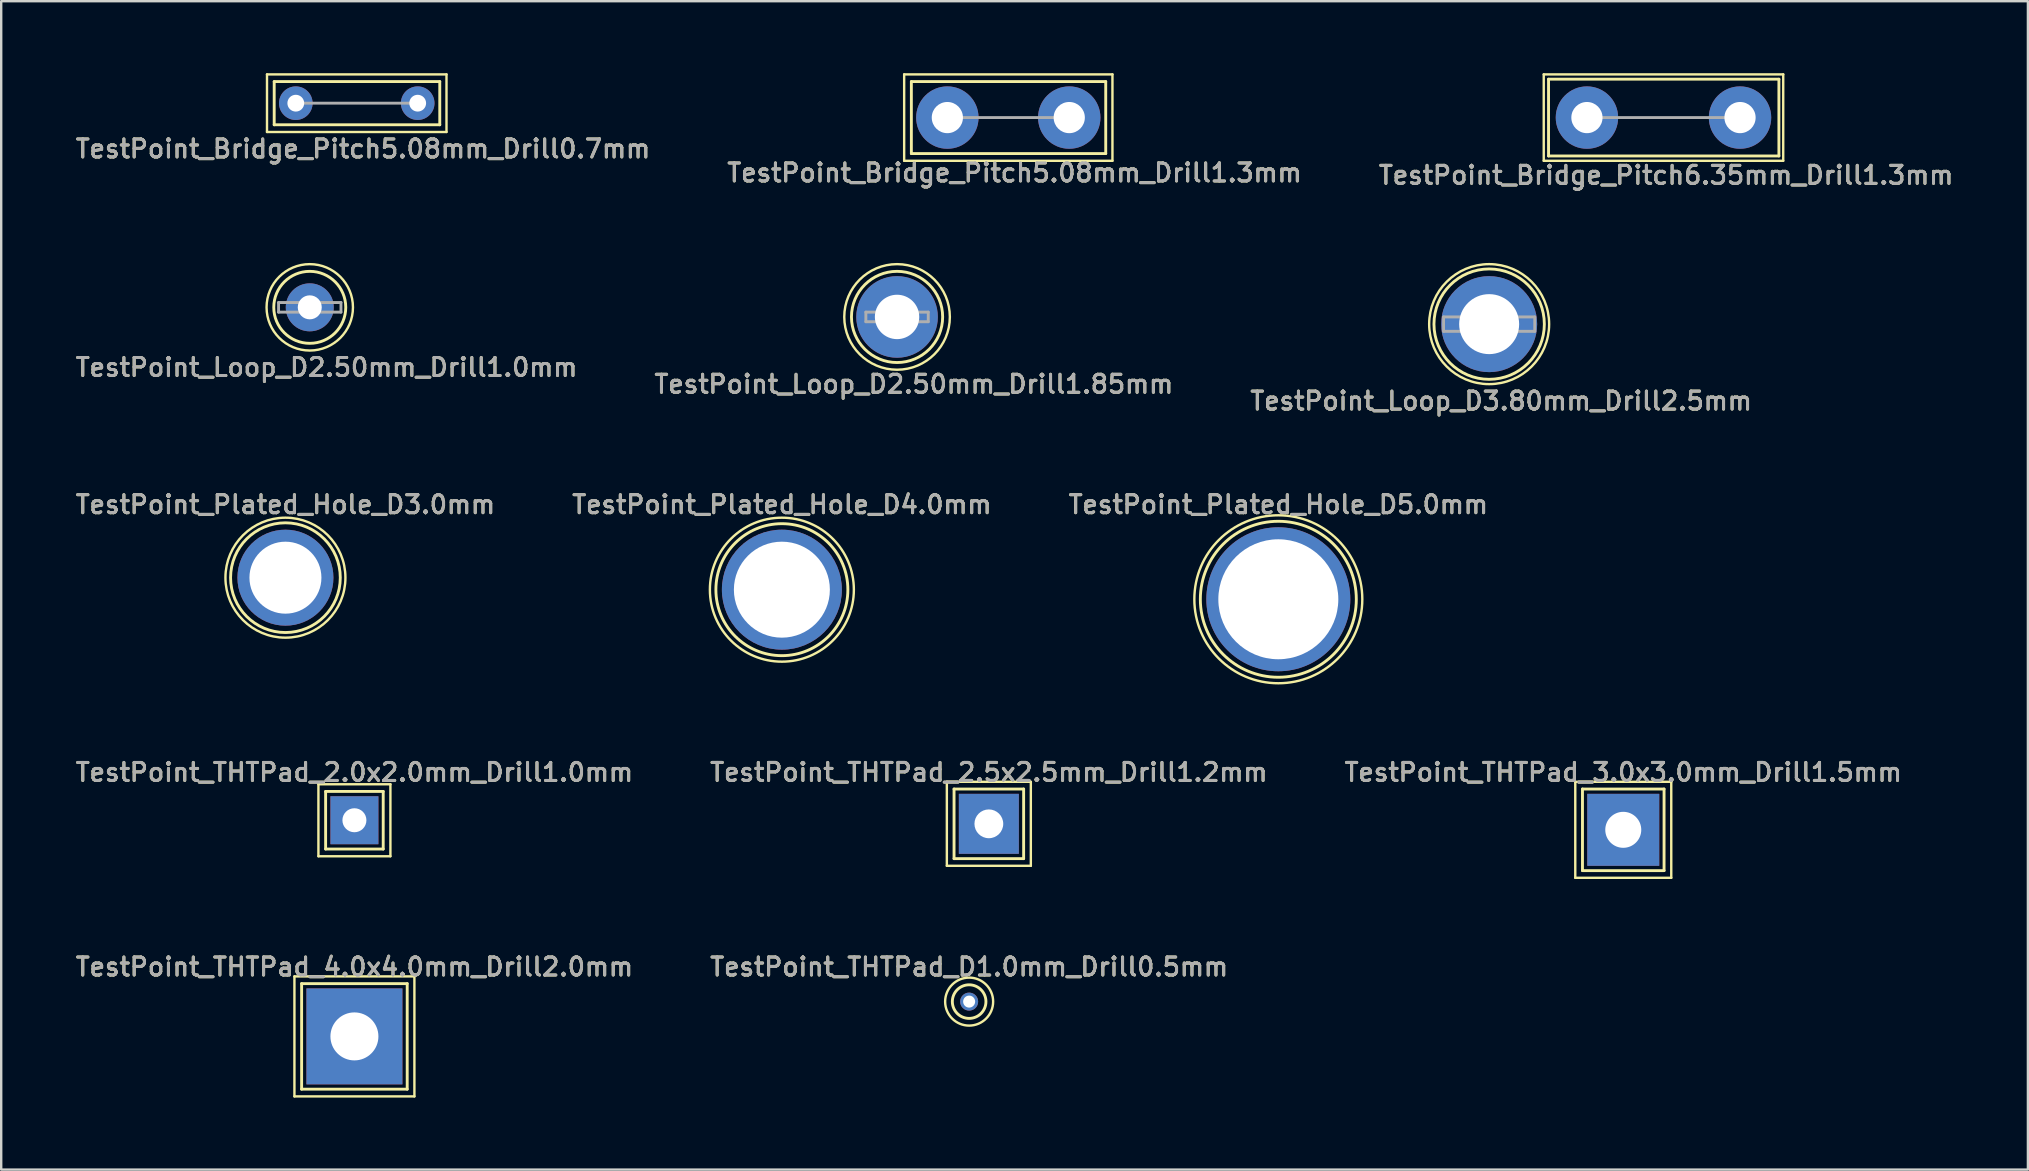
<source format=kicad_pcb>
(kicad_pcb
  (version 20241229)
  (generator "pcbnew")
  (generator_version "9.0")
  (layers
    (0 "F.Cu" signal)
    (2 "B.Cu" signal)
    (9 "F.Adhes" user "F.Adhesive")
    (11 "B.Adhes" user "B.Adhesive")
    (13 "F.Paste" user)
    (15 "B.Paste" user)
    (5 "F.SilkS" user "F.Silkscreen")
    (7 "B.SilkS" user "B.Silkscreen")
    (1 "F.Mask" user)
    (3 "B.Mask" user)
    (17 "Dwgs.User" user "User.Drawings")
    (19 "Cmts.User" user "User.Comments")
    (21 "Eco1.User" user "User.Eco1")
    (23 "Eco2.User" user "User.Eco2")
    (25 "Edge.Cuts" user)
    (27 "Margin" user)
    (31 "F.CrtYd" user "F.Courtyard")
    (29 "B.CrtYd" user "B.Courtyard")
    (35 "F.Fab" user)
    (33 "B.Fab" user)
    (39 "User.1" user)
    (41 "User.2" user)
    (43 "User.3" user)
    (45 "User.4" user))
  (footprint "TestPoint_THTPad_4.0x4.0mm_Drill2.0mm"
    (layer "F.Cu")
    (at 11.72 40.141)
    (property "Reference" "TestPoint_THTPad_4.0x4.0mm_Drill2.0mm" (at 0 -2.898 0) (layer "F.SilkS") (effects (font (size 0.75 0.75) (thickness 0.125))))
    (attr exclude_from_pos_files exclude_from_bom)
    (fp_line (start -2.5 -2.5) (end -2.5 2.5) (stroke (width 0.1) (type solid)) (layer "F.SilkS"))
    (fp_line (start -2.5 -2.5) (end 2.5 -2.5) (stroke (width 0.1) (type solid)) (layer "F.SilkS"))
    (fp_line (start -2.2 -2.2) (end 2.2 -2.2) (stroke (width 0.12) (type solid)) (layer "F.SilkS"))
    (fp_line (start -2.2 2.2) (end -2.2 -2.2) (stroke (width 0.12) (type solid)) (layer "F.SilkS"))
    (fp_line (start 2.2 -2.2) (end 2.2 2.2) (stroke (width 0.12) (type solid)) (layer "F.SilkS"))
    (fp_line (start 2.2 2.2) (end -2.2 2.2) (stroke (width 0.12) (type solid)) (layer "F.SilkS"))
    (fp_line (start 2.5 2.5) (end -2.5 2.5) (stroke (width 0.1) (type solid)) (layer "F.SilkS"))
    (fp_line (start 2.5 2.5) (end 2.5 -2.5) (stroke (width 0.1) (type solid)) (layer "F.SilkS"))
    (fp_text user "${REFERENCE}" (at 0 -2.9 0) (layer "F.Fab") (effects (font (size 0.75 0.75) (thickness 0.125))))
    (pad "1" thru_hole rect (at 0 0) (size 4 4) (drill 2) (layers "*.Cu" "*.Mask")))
  (footprint "TestPoint_Bridge_Pitch5.08mm_Drill1.3mm"
    (layer "F.Cu")
    (at 36.43 1.85)
    (property "Reference" "TestPoint_Bridge_Pitch5.08mm_Drill1.3mm" (at 2.8 2.3 0) (layer "F.SilkS") (effects (font (size 0.75 0.75) (thickness 0.125))))
    (attr through_hole)
    (fp_line (start -1.8 -1.8) (end -1.8 1.8) (stroke (width 0.1) (type solid)) (layer "F.SilkS"))
    (fp_line (start -1.8 -1.8) (end 6.88 -1.8) (stroke (width 0.1) (type solid)) (layer "F.SilkS"))
    (fp_line (start -1.5 -1.5) (end -1.5 1.5) (stroke (width 0.12) (type solid)) (layer "F.SilkS"))
    (fp_line (start -1.5 -1.5) (end 6.6 -1.5) (stroke (width 0.12) (type solid)) (layer "F.SilkS"))
    (fp_line (start 6.6 1.5) (end -1.5 1.5) (stroke (width 0.12) (type solid)) (layer "F.SilkS"))
    (fp_line (start 6.6 1.5) (end 6.6 -1.5) (stroke (width 0.12) (type solid)) (layer "F.SilkS"))
    (fp_line (start 6.88 1.8) (end -1.8 1.8) (stroke (width 0.1) (type solid)) (layer "F.SilkS"))
    (fp_line (start 6.88 1.8) (end 6.88 -1.8) (stroke (width 0.1) (type solid)) (layer "F.SilkS"))
    (fp_line (start 5.08 0) (end 0 0) (stroke (width 0.12) (type solid)) (layer "F.Fab"))
    (fp_text user "${REFERENCE}" (at 2.8 2.3 0) (layer "F.Fab") (effects (font (size 0.75 0.75) (thickness 0.125))))
    (pad "1" thru_hole circle (at 0 0) (size 2.6 2.6) (drill 1.3) (layers "*.Cu" "*.Mask"))
    (pad "1" thru_hole circle (at 5.08 0) (size 2.6 2.6) (drill 1.3) (layers "*.Cu" "*.Mask")))
  (footprint "TestPoint_THTPad_2.0x2.0mm_Drill1.0mm"
    (layer "F.Cu")
    (at 11.72 31.133)
    (property "Reference" "TestPoint_THTPad_2.0x2.0mm_Drill1.0mm" (at 0 -1.998 0) (layer "F.SilkS") (effects (font (size 0.75 0.75) (thickness 0.125))))
    (attr exclude_from_pos_files exclude_from_bom)
    (fp_line (start -1.5 -1.5) (end -1.5 1.5) (stroke (width 0.1) (type solid)) (layer "F.SilkS"))
    (fp_line (start -1.5 -1.5) (end 1.5 -1.5) (stroke (width 0.1) (type solid)) (layer "F.SilkS"))
    (fp_line (start -1.2 -1.2) (end 1.2 -1.2) (stroke (width 0.12) (type solid)) (layer "F.SilkS"))
    (fp_line (start -1.2 1.2) (end -1.2 -1.2) (stroke (width 0.12) (type solid)) (layer "F.SilkS"))
    (fp_line (start 1.2 -1.2) (end 1.2 1.2) (stroke (width 0.12) (type solid)) (layer "F.SilkS"))
    (fp_line (start 1.2 1.2) (end -1.2 1.2) (stroke (width 0.12) (type solid)) (layer "F.SilkS"))
    (fp_line (start 1.5 1.5) (end -1.5 1.5) (stroke (width 0.1) (type solid)) (layer "F.SilkS"))
    (fp_line (start 1.5 1.5) (end 1.5 -1.5) (stroke (width 0.1) (type solid)) (layer "F.SilkS"))
    (fp_text user "${REFERENCE}" (at 0 -2 0) (layer "F.Fab") (effects (font (size 0.75 0.75) (thickness 0.125))))
    (pad "1" thru_hole rect (at 0 0) (size 2 2) (drill 1) (layers "*.Cu" "*.Mask")))
  (footprint "TestPoint_THTPad_D1.0mm_Drill0.5mm"
    (layer "F.Cu")
    (at 37.338 38.691)
    (property "Reference" "TestPoint_THTPad_D1.0mm_Drill0.5mm" (at 0 -1.448 0) (layer "F.SilkS") (effects (font (size 0.75 0.75) (thickness 0.125))))
    (attr exclude_from_pos_files exclude_from_bom)
    (fp_circle (center 0 0) (end 0 0.7) (stroke (width 0.12) (type solid)) (fill no) (layer "F.SilkS"))
    (fp_circle (center 0 0) (end 1 0) (stroke (width 0.1) (type solid)) (fill no) (layer "F.SilkS"))
    (fp_text user "${REFERENCE}" (at 0 -1.45 0) (layer "F.Fab") (effects (font (size 0.75 0.75) (thickness 0.125))))
    (pad "1" thru_hole circle (at 0 0) (size 0.75 0.75) (drill 0.5) (layers "*.Cu" "*.Mask")))
  (footprint "TestPoint_Bridge_Pitch5.08mm_Drill0.7mm"
    (layer "F.Cu")
    (at 9.277 1.25)
    (property "Reference" "TestPoint_Bridge_Pitch5.08mm_Drill0.7mm" (at 2.8 1.9 0) (layer "F.SilkS") (effects (font (size 0.75 0.75) (thickness 0.125))))
    (attr through_hole)
    (fp_line (start -1.2 -1.2) (end -1.2 1.2) (stroke (width 0.1) (type solid)) (layer "F.SilkS"))
    (fp_line (start -1.2 -1.2) (end 6.28 -1.2) (stroke (width 0.1) (type solid)) (layer "F.SilkS"))
    (fp_line (start -0.9 -0.9) (end 6 -0.9) (stroke (width 0.12) (type solid)) (layer "F.SilkS"))
    (fp_line (start -0.9 0.9) (end -0.9 -0.9) (stroke (width 0.12) (type solid)) (layer "F.SilkS"))
    (fp_line (start 6 -0.9) (end 6 0.9) (stroke (width 0.12) (type solid)) (layer "F.SilkS"))
    (fp_line (start 6 0.9) (end -0.9 0.9) (stroke (width 0.12) (type solid)) (layer "F.SilkS"))
    (fp_line (start 6.28 1.2) (end -1.2 1.2) (stroke (width 0.1) (type solid)) (layer "F.SilkS"))
    (fp_line (start 6.28 1.2) (end 6.28 -1.2) (stroke (width 0.1) (type solid)) (layer "F.SilkS"))
    (fp_line (start 5.08 0) (end 0 0) (stroke (width 0.12) (type solid)) (layer "F.Fab"))
    (fp_text user "${REFERENCE}" (at 2.8 1.9 0) (layer "F.Fab") (effects (font (size 0.75 0.75) (thickness 0.125))))
    (pad "1" thru_hole circle (at 0 0) (size 1.4 1.4) (drill 0.7) (layers "*.Cu" "*.Mask"))
    (pad "1" thru_hole circle (at 5.08 0) (size 1.4 1.4) (drill 0.7) (layers "*.Cu" "*.Mask")))
  (footprint "TestPoint_Plated_Hole_D3.0mm"
    (layer "F.Cu")
    (at 8.845 21.024)
    (property "Reference" "TestPoint_Plated_Hole_D3.0mm" (at 0 -3.048 0) (layer "F.SilkS") (effects (font (size 0.75 0.75) (thickness 0.125))))
    (attr exclude_from_pos_files exclude_from_bom)
    (fp_circle (center 0 0) (end 0 -2.286) (stroke (width 0.12) (type solid)) (fill no) (layer "F.SilkS"))
    (fp_circle (center 0 0) (end 2.5 0) (stroke (width 0.1) (type solid)) (fill no) (layer "F.SilkS"))
    (fp_text user "${REFERENCE}" (at 0 -3.05 0) (layer "F.Fab") (effects (font (size 0.75 0.75) (thickness 0.125))))
    (pad "1" thru_hole circle (at 0 0) (size 4 4) (drill 3) (layers "*.Cu" "*.Mask")))
  (footprint "TestPoint_THTPad_2.5x2.5mm_Drill1.2mm"
    (layer "F.Cu")
    (at 38.159 31.282)
    (property "Reference" "TestPoint_THTPad_2.5x2.5mm_Drill1.2mm" (at 0 -2.148 0) (layer "F.SilkS") (effects (font (size 0.75 0.75) (thickness 0.125))))
    (attr exclude_from_pos_files exclude_from_bom)
    (fp_line (start -1.75 -1.75) (end -1.75 1.75) (stroke (width 0.1) (type solid)) (layer "F.SilkS"))
    (fp_line (start -1.75 -1.75) (end 1.75 -1.75) (stroke (width 0.1) (type solid)) (layer "F.SilkS"))
    (fp_line (start -1.45 -1.45) (end 1.45 -1.45) (stroke (width 0.12) (type solid)) (layer "F.SilkS"))
    (fp_line (start -1.45 1.45) (end -1.45 -1.45) (stroke (width 0.12) (type solid)) (layer "F.SilkS"))
    (fp_line (start 1.45 -1.45) (end 1.45 1.45) (stroke (width 0.12) (type solid)) (layer "F.SilkS"))
    (fp_line (start 1.45 1.45) (end -1.45 1.45) (stroke (width 0.12) (type solid)) (layer "F.SilkS"))
    (fp_line (start 1.75 1.75) (end -1.75 1.75) (stroke (width 0.1) (type solid)) (layer "F.SilkS"))
    (fp_line (start 1.75 1.75) (end 1.75 -1.75) (stroke (width 0.1) (type solid)) (layer "F.SilkS"))
    (fp_text user "${REFERENCE}" (at 0 -2.15 0) (layer "F.Fab") (effects (font (size 0.75 0.75) (thickness 0.125))))
    (pad "1" thru_hole rect (at 0 0) (size 2.5 2.5) (drill 1.2) (layers "*.Cu" "*.Mask")))
  (footprint "TestPoint_Loop_D2.50mm_Drill1.0mm"
    (layer "F.Cu")
    (at 9.859 9.758)
    (property "Reference" "TestPoint_Loop_D2.50mm_Drill1.0mm" (at 0.7 2.5 0) (layer "F.SilkS") (effects (font (size 0.75 0.75) (thickness 0.125))))
    (attr through_hole)
    (fp_circle (center 0 0) (end 1.5 0) (stroke (width 0.12) (type solid)) (fill no) (layer "F.SilkS"))
    (fp_circle (center 0 0) (end 1.8 0) (stroke (width 0.1) (type solid)) (fill no) (layer "F.SilkS"))
    (fp_line (start -1.3 -0.2) (end -1.3 0.2) (stroke (width 0.12) (type solid)) (layer "F.Fab"))
    (fp_line (start -1.3 0.2) (end 1.3 0.2) (stroke (width 0.12) (type solid)) (layer "F.Fab"))
    (fp_line (start 1.3 -0.2) (end -1.3 -0.2) (stroke (width 0.12) (type solid)) (layer "F.Fab"))
    (fp_line (start 1.3 0.2) (end 1.3 -0.2) (stroke (width 0.12) (type solid)) (layer "F.Fab"))
    (fp_text user "${REFERENCE}" (at 0.7 2.5 0) (layer "F.Fab") (effects (font (size 0.75 0.75) (thickness 0.125))))
    (pad "1" thru_hole circle (at 0 0) (size 2 2) (drill 1) (layers "*.Cu" "*.Mask")))
  (footprint "TestPoint_THTPad_3.0x3.0mm_Drill1.5mm"
    (layer "F.Cu")
    (at 64.598 31.532)
    (property "Reference" "TestPoint_THTPad_3.0x3.0mm_Drill1.5mm" (at 0 -2.398 0) (layer "F.SilkS") (effects (font (size 0.75 0.75) (thickness 0.125))))
    (attr exclude_from_pos_files exclude_from_bom)
    (fp_line (start -2 -2) (end -2 2) (stroke (width 0.1) (type solid)) (layer "F.SilkS"))
    (fp_line (start -2 -2) (end 2 -2) (stroke (width 0.1) (type solid)) (layer "F.SilkS"))
    (fp_line (start -1.7 -1.7) (end 1.7 -1.7) (stroke (width 0.12) (type solid)) (layer "F.SilkS"))
    (fp_line (start -1.7 1.7) (end -1.7 -1.7) (stroke (width 0.12) (type solid)) (layer "F.SilkS"))
    (fp_line (start 1.7 -1.7) (end 1.7 1.7) (stroke (width 0.12) (type solid)) (layer "F.SilkS"))
    (fp_line (start 1.7 1.7) (end -1.7 1.7) (stroke (width 0.12) (type solid)) (layer "F.SilkS"))
    (fp_line (start 2 2) (end -2 2) (stroke (width 0.1) (type solid)) (layer "F.SilkS"))
    (fp_line (start 2 2) (end 2 -2) (stroke (width 0.1) (type solid)) (layer "F.SilkS"))
    (fp_text user "${REFERENCE}" (at 0 -2.4 0) (layer "F.Fab") (effects (font (size 0.75 0.75) (thickness 0.125))))
    (pad "1" thru_hole rect (at 0 0) (size 3 3) (drill 1.5) (layers "*.Cu" "*.Mask")))
  (footprint "TestPoint_Plated_Hole_D5.0mm"
    (layer "F.Cu")
    (at 50.223 21.924)
    (property "Reference" "TestPoint_Plated_Hole_D5.0mm" (at 0 -3.948 0) (layer "F.SilkS") (effects (font (size 0.75 0.75) (thickness 0.125))))
    (attr exclude_from_pos_files exclude_from_bom)
    (fp_circle (center 0 0) (end 0 3.25) (stroke (width 0.12) (type solid)) (fill no) (layer "F.SilkS"))
    (fp_circle (center 0 0) (end 3.5 0) (stroke (width 0.1) (type solid)) (fill no) (layer "F.SilkS"))
    (fp_text user "${REFERENCE}" (at 0 -3.95 0) (layer "F.Fab") (effects (font (size 0.75 0.75) (thickness 0.125))))
    (pad "1" thru_hole circle (at 0 0) (size 6 6) (drill 5) (layers "*.Cu" "*.Mask")))
  (footprint "TestPoint_Loop_D3.80mm_Drill2.5mm"
    (layer "F.Cu")
    (at 59.009 10.458)
    (property "Reference" "TestPoint_Loop_D3.80mm_Drill2.5mm" (at 0.5 3.2 0) (layer "F.SilkS") (effects (font (size 0.75 0.75) (thickness 0.125))))
    (attr through_hole)
    (fp_circle (center 0 0) (end 2.3 0) (stroke (width 0.12) (type solid)) (fill no) (layer "F.SilkS"))
    (fp_circle (center 0 0) (end 2.5 0) (stroke (width 0.1) (type solid)) (fill no) (layer "F.SilkS"))
    (fp_line (start -1.9 -0.3) (end -1.9 0.3) (stroke (width 0.12) (type solid)) (layer "F.Fab"))
    (fp_line (start -1.9 0.3) (end 1.9 0.3) (stroke (width 0.12) (type solid)) (layer "F.Fab"))
    (fp_line (start 1.9 -0.3) (end -1.9 -0.3) (stroke (width 0.12) (type solid)) (layer "F.Fab"))
    (fp_line (start 1.9 0.3) (end 1.9 -0.3) (stroke (width 0.12) (type solid)) (layer "F.Fab"))
    (fp_text user "${REFERENCE}" (at 0.5 3.2 0) (layer "F.Fab") (effects (font (size 0.75 0.75) (thickness 0.125))))
    (pad "1" thru_hole circle (at 0 0) (size 4 4) (drill 2.5) (layers "*.Cu" "*.Mask")))
  (footprint "TestPoint_Bridge_Pitch6.35mm_Drill1.3mm"
    (layer "F.Cu")
    (at 63.084 1.85)
    (property "Reference" "TestPoint_Bridge_Pitch6.35mm_Drill1.3mm" (at 3.3 2.4 0) (layer "F.SilkS") (effects (font (size 0.75 0.75) (thickness 0.125))))
    (attr through_hole)
    (fp_line (start -1.8 -1.8) (end -1.8 1.8) (stroke (width 0.1) (type solid)) (layer "F.SilkS"))
    (fp_line (start -1.8 -1.8) (end 8.18 -1.8) (stroke (width 0.1) (type solid)) (layer "F.SilkS"))
    (fp_line (start -1.6 -1.6) (end 8 -1.6) (stroke (width 0.12) (type solid)) (layer "F.SilkS"))
    (fp_line (start -1.6 1.6) (end -1.6 -1.6) (stroke (width 0.12) (type solid)) (layer "F.SilkS"))
    (fp_line (start 8 -1.6) (end 8 1.6) (stroke (width 0.12) (type solid)) (layer "F.SilkS"))
    (fp_line (start 8 1.6) (end -1.6 1.6) (stroke (width 0.12) (type solid)) (layer "F.SilkS"))
    (fp_line (start 8.18 1.8) (end -1.8 1.8) (stroke (width 0.1) (type solid)) (layer "F.SilkS"))
    (fp_line (start 8.18 1.8) (end 8.18 -1.8) (stroke (width 0.1) (type solid)) (layer "F.SilkS"))
    (fp_line (start 6.35 0) (end 0 0) (stroke (width 0.12) (type solid)) (layer "F.Fab"))
    (fp_text user "${REFERENCE}" (at 3.3 2.4 0) (layer "F.Fab") (effects (font (size 0.75 0.75) (thickness 0.125))))
    (pad "1" thru_hole circle (at 0 0) (size 2.6 2.6) (drill 1.3) (layers "*.Cu" "*.Mask"))
    (pad "1" thru_hole circle (at 6.38 0) (size 2.6 2.6) (drill 1.3) (layers "*.Cu" "*.Mask")))
  (footprint "TestPoint_Loop_D2.50mm_Drill1.85mm"
    (layer "F.Cu")
    (at 34.334 10.158)
    (property "Reference" "TestPoint_Loop_D2.50mm_Drill1.85mm" (at 0.7 2.8 0) (layer "F.SilkS") (effects (font (size 0.75 0.75) (thickness 0.125))))
    (attr through_hole)
    (fp_circle (center 0 0) (end 1.9 0) (stroke (width 0.12) (type solid)) (fill no) (layer "F.SilkS"))
    (fp_circle (center 0 0) (end 2.2 0) (stroke (width 0.1) (type solid)) (fill no) (layer "F.SilkS"))
    (fp_line (start -1.3 -0.2) (end -1.3 0.2) (stroke (width 0.12) (type solid)) (layer "F.Fab"))
    (fp_line (start -1.3 0.2) (end 1.3 0.2) (stroke (width 0.12) (type solid)) (layer "F.Fab"))
    (fp_line (start 1.3 -0.2) (end -1.3 -0.2) (stroke (width 0.12) (type solid)) (layer "F.Fab"))
    (fp_line (start 1.3 0.2) (end 1.3 -0.2) (stroke (width 0.12) (type solid)) (layer "F.Fab"))
    (fp_text user "${REFERENCE}" (at 0.7 2.8 0) (layer "F.Fab") (effects (font (size 0.75 0.75) (thickness 0.125))))
    (pad "1" thru_hole circle (at 0 0) (size 3.4 3.4) (drill 1.85) (layers "*.Cu" "*.Mask")))
  (footprint "TestPoint_Plated_Hole_D4.0mm"
    (layer "F.Cu")
    (at 29.534 21.524)
    (property "Reference" "TestPoint_Plated_Hole_D4.0mm" (at 0 -3.548 0) (layer "F.SilkS") (effects (font (size 0.75 0.75) (thickness 0.125))))
    (attr exclude_from_pos_files exclude_from_bom)
    (fp_circle (center 0 0) (end 0 2.75) (stroke (width 0.12) (type solid)) (fill no) (layer "F.SilkS"))
    (fp_circle (center 0 0) (end 3 0) (stroke (width 0.1) (type solid)) (fill no) (layer "F.SilkS"))
    (fp_text user "${REFERENCE}" (at 0 -3.55 0) (layer "F.Fab") (effects (font (size 0.75 0.75) (thickness 0.125))))
    (pad "1" thru_hole circle (at 0 0) (size 5 5) (drill 4) (layers "*.Cu" "*.Mask")))
  (gr_rect
    (start -3 -3)
    (end 81.461 45.691)
    (stroke (width 0.1) (type default))
    (fill no)
    (layer "Edge.Cuts")))
</source>
